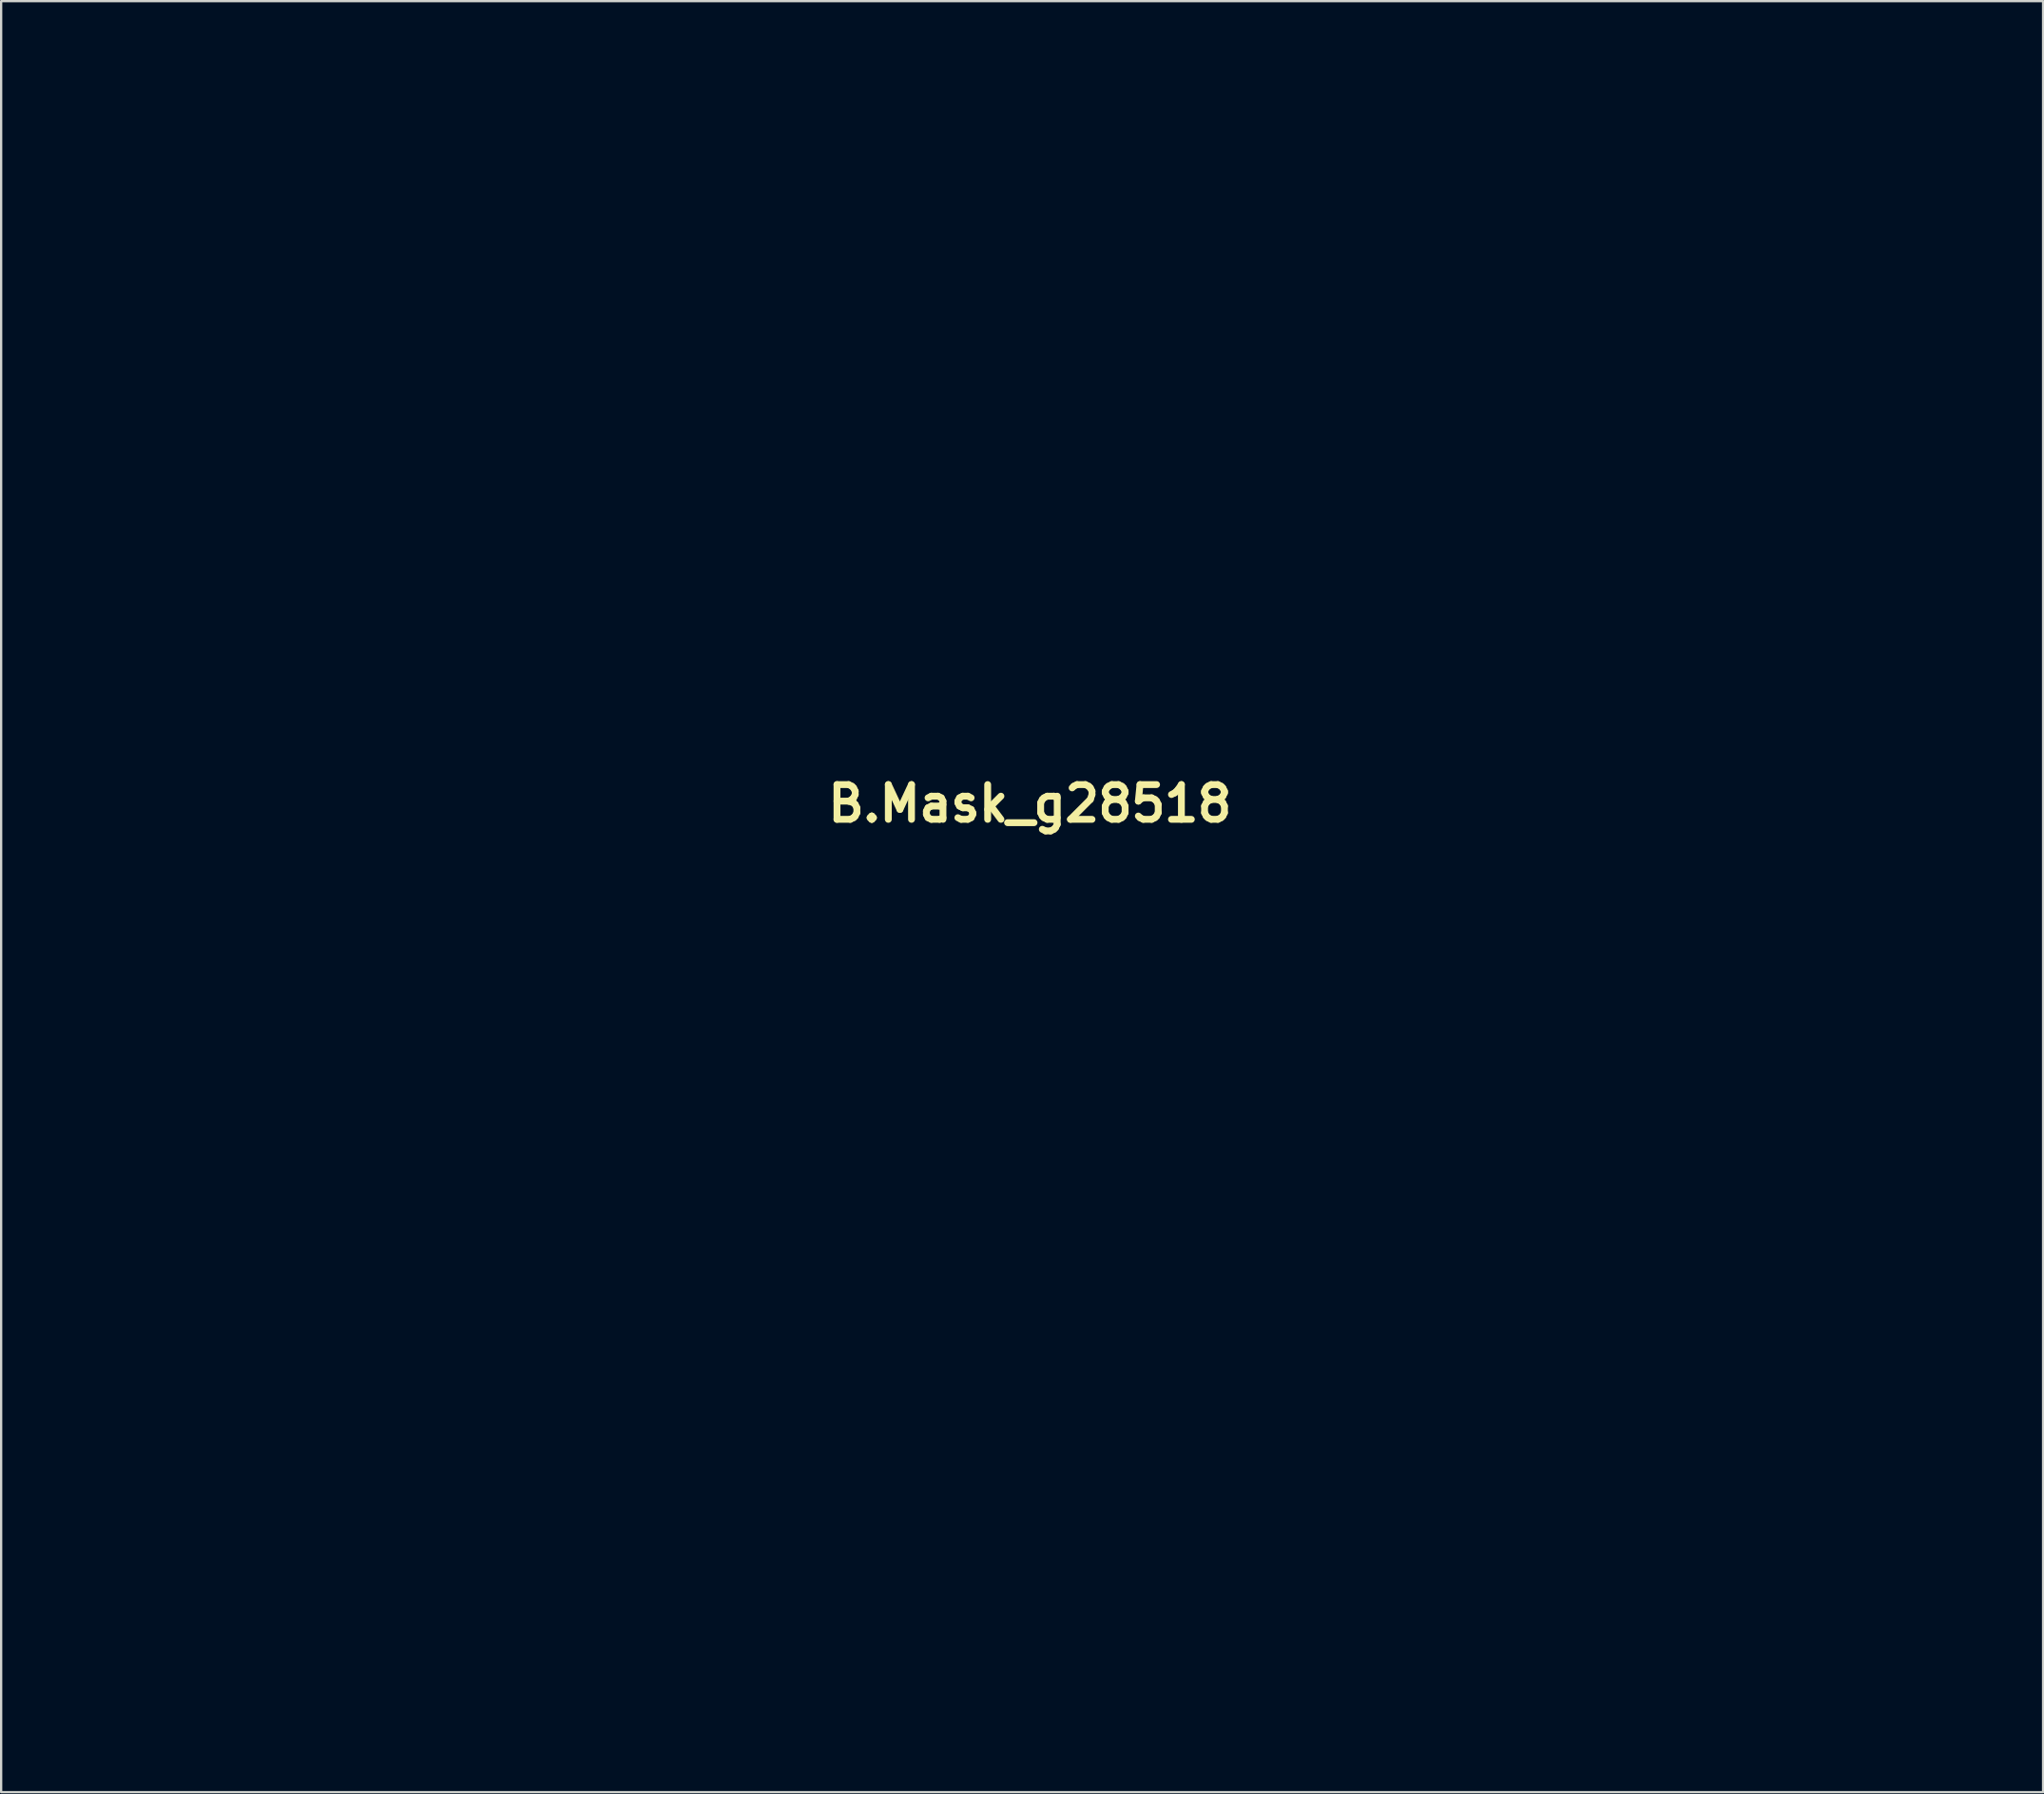
<source format=kicad_pcb>
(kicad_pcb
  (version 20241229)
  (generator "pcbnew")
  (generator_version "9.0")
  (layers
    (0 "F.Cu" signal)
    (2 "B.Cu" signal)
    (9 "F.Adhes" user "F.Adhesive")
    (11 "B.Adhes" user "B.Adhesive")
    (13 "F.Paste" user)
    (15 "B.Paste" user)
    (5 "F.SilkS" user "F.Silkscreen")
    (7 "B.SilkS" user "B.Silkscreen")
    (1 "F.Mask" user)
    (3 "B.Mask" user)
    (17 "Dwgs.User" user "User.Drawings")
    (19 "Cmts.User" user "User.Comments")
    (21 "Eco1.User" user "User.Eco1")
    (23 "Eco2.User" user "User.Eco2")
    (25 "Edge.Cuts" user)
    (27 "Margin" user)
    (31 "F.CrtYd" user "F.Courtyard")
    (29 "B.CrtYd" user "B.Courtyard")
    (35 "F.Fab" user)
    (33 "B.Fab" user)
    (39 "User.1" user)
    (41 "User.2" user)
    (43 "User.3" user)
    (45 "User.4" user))
  (footprint "B.Mask_g28518"
    (layer "F.Cu")
    (at 42.089 32.171)
    (property "Reference" "B.Mask_g28518" (at 0 0 0) (layer "F.SilkS") (effects (font (size 1.524 1.524) (thickness 0.3))))
    (attr through_hole)
    (fp_poly (pts (xy 38.334 -5.221) (xy 38.433 -5.177) (xy 38.525 -5.106) (xy 38.616 -5.003) (xy 38.714 -4.866) (xy 38.743 -4.822) (xy 38.841 -4.658) (xy 38.949 -4.456) (xy 39.065 -4.219) (xy 39.187 -3.953) (xy 39.313 -3.659) (xy 39.444 -3.342) (xy 39.576 -3.004) (xy 39.71 -2.65) (xy 39.843 -2.283) (xy 39.974 -1.907) (xy 40.102 -1.524) (xy 40.225 -1.139) (xy 40.342 -0.755) (xy 40.416 -0.505) (xy 40.484 -0.261) (xy 40.555 0.002) (xy 40.628 0.28) (xy 40.702 0.569) (xy 40.776 0.867) (xy 40.85 1.17) (xy 40.922 1.474) (xy 40.992 1.776) (xy 41.06 2.072) (xy 41.123 2.358) (xy 41.182 2.632) (xy 41.236 2.89) (xy 41.283 3.127) (xy 41.324 3.342) (xy 41.357 3.529) (xy 41.381 3.686) (xy 41.397 3.809) (xy 41.402 3.895) (xy 41.402 3.998) (xy 41.218 4.152) (xy 41.148 4.21) (xy 41.046 4.293) (xy 40.918 4.396) (xy 40.766 4.519) (xy 40.593 4.659) (xy 40.401 4.812) (xy 40.195 4.977) (xy 39.976 5.152) (xy 39.749 5.334) (xy 39.516 5.52) (xy 39.28 5.708) (xy 39.044 5.895) (xy 38.812 6.08) (xy 38.585 6.26) (xy 38.368 6.432) (xy 38.164 6.594) (xy 37.974 6.743) (xy 37.803 6.878) (xy 37.772 6.902) (xy 37.337 7.243) (xy 36.93 7.561) (xy 36.55 7.856) (xy 36.2 8.127) (xy 35.878 8.375) (xy 35.585 8.598) (xy 35.322 8.797) (xy 35.09 8.971) (xy 34.888 9.12) (xy 34.717 9.243) (xy 34.578 9.341) (xy 34.471 9.412) (xy 34.423 9.442) (xy 34.117 9.61) (xy 33.785 9.77) (xy 33.44 9.917) (xy 33.092 10.046) (xy 32.754 10.153) (xy 32.526 10.212) (xy 32.331 10.253) (xy 32.123 10.288) (xy 31.914 10.314) (xy 31.712 10.332) (xy 31.529 10.341) (xy 31.374 10.339) (xy 31.348 10.337) (xy 31.109 10.307) (xy 30.901 10.258) (xy 30.717 10.187) (xy 30.56 10.098) (xy 30.37 9.95) (xy 30.195 9.765) (xy 30.034 9.544) (xy 29.888 9.292) (xy 29.759 9.01) (xy 29.647 8.702) (xy 29.552 8.371) (xy 29.476 8.018) (xy 29.419 7.647) (xy 29.382 7.26) (xy 29.365 6.861) (xy 29.37 6.451) (xy 29.397 6.035) (xy 29.413 5.884) (xy 29.471 5.462) (xy 29.554 5.02) (xy 29.664 4.556) (xy 29.8 4.067) (xy 29.964 3.55) (xy 30.002 3.437) (xy 30.241 2.784) (xy 30.512 2.137) (xy 30.811 1.497) (xy 31.137 0.868) (xy 31.488 0.253) (xy 31.862 -0.344) (xy 32.257 -0.922) (xy 32.67 -1.477) (xy 33.1 -2.006) (xy 33.544 -2.506) (xy 34.001 -2.974) (xy 34.468 -3.406) (xy 34.943 -3.801) (xy 35.105 -3.926) (xy 35.537 -4.232) (xy 35.961 -4.498) (xy 36.378 -4.724) (xy 36.791 -4.909) (xy 37.199 -5.056) (xy 37.604 -5.163) (xy 37.922 -5.221) (xy 38.086 -5.239) (xy 38.221 -5.241) (xy 38.334 -5.221)) (stroke (width 0.01) (type solid)) (fill yes) (layer "B.Mask"))
    (fp_poly (pts (xy 38.549 12.157) (xy 38.712 12.165) (xy 38.862 12.176) (xy 38.987 12.191) (xy 39.053 12.203) (xy 39.284 12.268) (xy 39.479 12.355) (xy 39.638 12.462) (xy 39.76 12.592) (xy 39.848 12.743) (xy 39.9 12.918) (xy 39.917 13.115) (xy 39.915 13.185) (xy 39.898 13.339) (xy 39.862 13.529) (xy 39.809 13.751) (xy 39.738 14.003) (xy 39.652 14.285) (xy 39.551 14.592) (xy 39.436 14.923) (xy 39.308 15.275) (xy 39.168 15.647) (xy 39.017 16.036) (xy 38.856 16.44) (xy 38.686 16.856) (xy 38.508 17.282) (xy 38.323 17.717) (xy 38.132 18.157) (xy 37.935 18.6) (xy 37.734 19.044) (xy 37.53 19.488) (xy 37.324 19.928) (xy 37.117 20.362) (xy 36.909 20.788) (xy 36.702 21.205) (xy 36.496 21.608) (xy 36.293 21.997) (xy 36.094 22.369) (xy 35.899 22.721) (xy 35.71 23.052) (xy 35.655 23.146) (xy 35.498 23.409) (xy 35.323 23.698) (xy 35.131 24.01) (xy 34.926 24.339) (xy 34.711 24.683) (xy 34.487 25.037) (xy 34.258 25.396) (xy 34.026 25.758) (xy 33.793 26.117) (xy 33.563 26.471) (xy 33.338 26.814) (xy 33.12 27.143) (xy 32.912 27.454) (xy 32.717 27.743) (xy 32.538 28.005) (xy 32.376 28.237) (xy 32.305 28.337) (xy 32.203 28.478) (xy 32.101 28.617) (xy 32 28.751) (xy 31.905 28.876) (xy 31.818 28.987) (xy 31.743 29.08) (xy 31.684 29.151) (xy 31.642 29.196) (xy 31.623 29.21) (xy 31.605 29.193) (xy 31.571 29.15) (xy 31.529 29.087) (xy 31.523 29.078) (xy 31.493 29.032) (xy 31.444 28.955) (xy 31.377 28.851) (xy 31.296 28.726) (xy 31.203 28.582) (xy 31.102 28.425) (xy 30.994 28.259) (xy 30.931 28.162) (xy 30.764 27.904) (xy 30.618 27.676) (xy 30.491 27.476) (xy 30.381 27.298) (xy 30.284 27.141) (xy 30.199 26.998) (xy 30.124 26.866) (xy 30.055 26.742) (xy 29.991 26.621) (xy 29.929 26.499) (xy 29.928 26.497) (xy 29.768 26.16) (xy 29.637 25.845) (xy 29.533 25.542) (xy 29.454 25.245) (xy 29.399 24.946) (xy 29.365 24.637) (xy 29.35 24.309) (xy 29.35 24.204) (xy 29.359 23.845) (xy 29.387 23.474) (xy 29.435 23.083) (xy 29.503 22.669) (xy 29.593 22.225) (xy 29.604 22.176) (xy 29.747 21.598) (xy 29.921 21.012) (xy 30.124 20.422) (xy 30.354 19.831) (xy 30.61 19.243) (xy 30.888 18.661) (xy 31.187 18.087) (xy 31.506 17.527) (xy 31.841 16.982) (xy 32.192 16.457) (xy 32.556 15.955) (xy 32.931 15.48) (xy 33.315 15.034) (xy 33.706 14.621) (xy 34.102 14.245) (xy 34.379 14.006) (xy 34.571 13.857) (xy 34.793 13.697) (xy 35.038 13.53) (xy 35.301 13.361) (xy 35.576 13.192) (xy 35.856 13.028) (xy 36.136 12.871) (xy 36.408 12.725) (xy 36.668 12.595) (xy 36.908 12.483) (xy 37.123 12.393) (xy 37.172 12.374) (xy 37.418 12.292) (xy 37.666 12.226) (xy 37.901 12.179) (xy 37.966 12.169) (xy 38.08 12.159) (xy 38.222 12.154) (xy 38.382 12.153) (xy 38.549 12.157)) (stroke (width 0.01) (type solid)) (fill yes) (layer "B.Mask"))
    (fp_poly (pts (xy -23.263 -32.139) (xy -23.25 -32.122) (xy -23.235 -32.092) (xy -23.226 -32.056) (xy -23.222 -32.003) (xy -23.223 -31.926) (xy -23.229 -31.818) (xy -23.243 -31.597) (xy -23.263 -31.339) (xy -23.288 -31.048) (xy -23.317 -30.73) (xy -23.35 -30.39) (xy -23.386 -30.032) (xy -23.424 -29.662) (xy -23.465 -29.283) (xy -23.507 -28.902) (xy -23.55 -28.522) (xy -23.594 -28.149) (xy -23.638 -27.788) (xy -23.681 -27.443) (xy -23.724 -27.119) (xy -23.764 -26.822) (xy -23.783 -26.691) (xy -23.876 -26.115) (xy -23.987 -25.56) (xy -24.116 -25.021) (xy -24.266 -24.494) (xy -24.438 -23.976) (xy -24.633 -23.462) (xy -24.854 -22.948) (xy -25.102 -22.43) (xy -25.379 -21.904) (xy -25.686 -21.366) (xy -26.025 -20.812) (xy -26.345 -20.317) (xy -26.562 -19.996) (xy -26.78 -19.691) (xy -26.996 -19.404) (xy -27.209 -19.136) (xy -27.415 -18.891) (xy -27.614 -18.671) (xy -27.804 -18.477) (xy -27.982 -18.312) (xy -28.146 -18.178) (xy -28.295 -18.077) (xy -28.427 -18.011) (xy -28.43 -18.01) (xy -28.506 -17.986) (xy -28.578 -17.977) (xy -28.669 -17.981) (xy -28.683 -17.983) (xy -28.764 -17.989) (xy -28.82 -17.986) (xy -28.867 -17.971) (xy -28.921 -17.942) (xy -28.981 -17.9) (xy -29.05 -17.836) (xy -29.133 -17.748) (xy -29.233 -17.631) (xy -29.351 -17.483) (xy -29.368 -17.462) (xy -29.423 -17.392) (xy -29.469 -17.333) (xy -29.499 -17.296) (xy -29.507 -17.287) (xy -29.529 -17.29) (xy -29.584 -17.309) (xy -29.665 -17.343) (xy -29.766 -17.387) (xy -29.881 -17.44) (xy -29.904 -17.45) (xy -30.027 -17.508) (xy -30.145 -17.561) (xy -30.247 -17.605) (xy -30.327 -17.638) (xy -30.378 -17.656) (xy -30.38 -17.656) (xy -30.443 -17.67) (xy -30.488 -17.666) (xy -30.536 -17.643) (xy -30.551 -17.634) (xy -30.645 -17.561) (xy -30.751 -17.45) (xy -30.868 -17.305) (xy -30.993 -17.128) (xy -31.125 -16.921) (xy -31.261 -16.688) (xy -31.295 -16.626) (xy -31.411 -16.421) (xy -31.514 -16.252) (xy -31.609 -16.114) (xy -31.699 -16.004) (xy -31.789 -15.919) (xy -31.883 -15.856) (xy -31.984 -15.809) (xy -32.098 -15.777) (xy -32.227 -15.755) (xy -32.286 -15.748) (xy -32.434 -15.737) (xy -32.609 -15.732) (xy -32.797 -15.731) (xy -32.982 -15.736) (xy -33.15 -15.747) (xy -33.189 -15.75) (xy -33.385 -15.781) (xy -33.552 -15.834) (xy -33.697 -15.915) (xy -33.831 -16.028) (xy -33.936 -16.145) (xy -34.14 -16.426) (xy -34.316 -16.738) (xy -34.467 -17.081) (xy -34.591 -17.455) (xy -34.689 -17.861) (xy -34.761 -18.3) (xy -34.796 -18.627) (xy -34.803 -18.715) (xy -34.81 -18.838) (xy -34.819 -18.984) (xy -34.828 -19.147) (xy -34.836 -19.317) (xy -34.843 -19.454) (xy -34.869 -20.039) (xy -34.502 -20.597) (xy -34.31 -20.889) (xy -34.135 -21.151) (xy -33.973 -21.391) (xy -33.818 -21.616) (xy -33.665 -21.833) (xy -33.511 -22.049) (xy -33.349 -22.27) (xy -33.176 -22.504) (xy -33.076 -22.638) (xy -32.645 -23.202) (xy -32.193 -23.774) (xy -31.725 -24.35) (xy -31.244 -24.925) (xy -30.752 -25.497) (xy -30.255 -26.061) (xy -29.754 -26.613) (xy -29.253 -27.149) (xy -28.757 -27.666) (xy -28.268 -28.16) (xy -27.79 -28.627) (xy -27.327 -29.063) (xy -27.03 -29.333) (xy -26.796 -29.54) (xy -26.551 -29.751) (xy -26.3 -29.965) (xy -26.043 -30.179) (xy -25.784 -30.392) (xy -25.525 -30.602) (xy -25.269 -30.807) (xy -25.018 -31.004) (xy -24.774 -31.192) (xy -24.54 -31.37) (xy -24.319 -31.534) (xy -24.113 -31.684) (xy -23.925 -31.817) (xy -23.756 -31.932) (xy -23.61 -32.026) (xy -23.489 -32.097) (xy -23.396 -32.145) (xy -23.343 -32.163) (xy -23.297 -32.166) (xy -23.263 -32.139)) (stroke (width 0.01) (type solid)) (fill yes) (layer "B.Mask"))
    (fp_poly (pts (xy 24.468 25.692) (xy 24.687 25.715) (xy 24.86 25.749) (xy 25.032 25.804) (xy 25.189 25.879) (xy 25.333 25.977) (xy 25.469 26.101) (xy 25.6 26.255) (xy 25.728 26.442) (xy 25.856 26.665) (xy 25.962 26.871) (xy 26.029 27.011) (xy 26.088 27.141) (xy 26.138 27.265) (xy 26.181 27.386) (xy 26.218 27.51) (xy 26.248 27.64) (xy 26.272 27.779) (xy 26.291 27.933) (xy 26.305 28.104) (xy 26.316 28.297) (xy 26.323 28.516) (xy 26.328 28.766) (xy 26.33 29.049) (xy 26.331 29.37) (xy 26.331 29.401) (xy 26.33 29.754) (xy 26.327 30.069) (xy 26.321 30.352) (xy 26.312 30.606) (xy 26.299 30.837) (xy 26.282 31.049) (xy 26.259 31.247) (xy 26.23 31.436) (xy 26.195 31.62) (xy 26.152 31.804) (xy 26.102 31.993) (xy 26.043 32.192) (xy 25.976 32.404) (xy 25.901 32.628) (xy 25.699 33.196) (xy 25.483 33.747) (xy 25.255 34.277) (xy 25.018 34.78) (xy 24.773 35.253) (xy 24.523 35.691) (xy 24.373 35.933) (xy 24.265 36.094) (xy 24.141 36.267) (xy 24.009 36.442) (xy 23.876 36.61) (xy 23.751 36.76) (xy 23.653 36.868) (xy 23.455 37.062) (xy 23.218 37.265) (xy 22.944 37.474) (xy 22.635 37.689) (xy 22.295 37.908) (xy 21.924 38.129) (xy 21.657 38.279) (xy 21.513 38.356) (xy 21.337 38.447) (xy 21.139 38.546) (xy 20.925 38.652) (xy 20.704 38.759) (xy 20.484 38.864) (xy 20.272 38.963) (xy 20.077 39.052) (xy 19.906 39.128) (xy 19.844 39.155) (xy 19.378 39.346) (xy 18.92 39.522) (xy 18.472 39.682) (xy 18.038 39.825) (xy 17.623 39.95) (xy 17.23 40.055) (xy 16.863 40.139) (xy 16.527 40.202) (xy 16.429 40.216) (xy 16.371 40.223) (xy 16.281 40.232) (xy 16.166 40.243) (xy 16.032 40.255) (xy 15.888 40.267) (xy 15.739 40.279) (xy 15.593 40.291) (xy 15.456 40.302) (xy 15.335 40.31) (xy 15.238 40.317) (xy 15.171 40.321) (xy 15.145 40.321) (xy 15.111 40.309) (xy 15.051 40.278) (xy 14.974 40.232) (xy 14.901 40.186) (xy 14.834 40.141) (xy 14.737 40.077) (xy 14.617 39.997) (xy 14.479 39.907) (xy 14.331 39.809) (xy 14.178 39.709) (xy 14.097 39.656) (xy 13.86 39.5) (xy 13.657 39.365) (xy 13.486 39.249) (xy 13.345 39.152) (xy 13.231 39.07) (xy 13.142 39.004) (xy 13.077 38.951) (xy 13.034 38.91) (xy 13.009 38.88) (xy 13.003 38.865) (xy 13.002 38.845) (xy 13.008 38.816) (xy 13.023 38.774) (xy 13.046 38.717) (xy 13.081 38.643) (xy 13.127 38.549) (xy 13.186 38.433) (xy 13.26 38.293) (xy 13.348 38.126) (xy 13.454 37.93) (xy 13.578 37.703) (xy 13.72 37.441) (xy 13.754 37.38) (xy 13.969 36.988) (xy 14.189 36.587) (xy 14.412 36.181) (xy 14.639 35.772) (xy 14.867 35.362) (xy 15.094 34.952) (xy 15.321 34.545) (xy 15.546 34.143) (xy 15.767 33.749) (xy 15.984 33.363) (xy 16.195 32.99) (xy 16.399 32.629) (xy 16.595 32.285) (xy 16.781 31.958) (xy 16.957 31.651) (xy 17.121 31.366) (xy 17.272 31.105) (xy 17.408 30.87) (xy 17.53 30.664) (xy 17.634 30.489) (xy 17.721 30.346) (xy 17.789 30.237) (xy 17.797 30.226) (xy 18.08 29.813) (xy 18.4 29.391) (xy 18.753 28.965) (xy 19.136 28.538) (xy 19.544 28.114) (xy 19.656 28.003) (xy 20.042 27.637) (xy 20.424 27.3) (xy 20.8 26.993) (xy 21.168 26.718) (xy 21.527 26.475) (xy 21.875 26.266) (xy 22.21 26.092) (xy 22.531 25.953) (xy 22.836 25.852) (xy 22.902 25.834) (xy 23.154 25.778) (xy 23.42 25.735) (xy 23.693 25.705) (xy 23.963 25.687) (xy 24.224 25.683) (xy 24.468 25.692)) (stroke (width 0.01) (type solid)) (fill yes) (layer "B.Mask"))
    (fp_poly (pts (xy -34.153 -12.102) (xy -34.071 -12.101) (xy -34.024 -12.098) (xy -34.015 -12.096) (xy -34.025 -12.068) (xy -34.054 -12.006) (xy -34.1 -11.913) (xy -34.161 -11.794) (xy -34.236 -11.65) (xy -34.322 -11.486) (xy -34.419 -11.304) (xy -34.524 -11.109) (xy -34.636 -10.902) (xy -34.753 -10.688) (xy -34.873 -10.47) (xy -34.994 -10.251) (xy -35.057 -10.139) (xy -35.178 -9.922) (xy -35.305 -9.694) (xy -35.434 -9.461) (xy -35.562 -9.232) (xy -35.685 -9.012) (xy -35.798 -8.808) (xy -35.899 -8.628) (xy -35.977 -8.488) (xy -36.189 -8.107) (xy -36.38 -7.758) (xy -36.555 -7.436) (xy -36.714 -7.138) (xy -36.861 -6.86) (xy -36.996 -6.596) (xy -37.033 -6.525) (xy -37.14 -6.307) (xy -37.226 -6.121) (xy -37.29 -5.965) (xy -37.333 -5.835) (xy -37.357 -5.729) (xy -37.362 -5.643) (xy -37.349 -5.575) (xy -37.33 -5.537) (xy -37.304 -5.506) (xy -37.251 -5.453) (xy -37.179 -5.383) (xy -37.093 -5.304) (xy -37.028 -5.246) (xy -36.888 -5.117) (xy -36.782 -5.009) (xy -36.707 -4.918) (xy -36.66 -4.842) (xy -36.641 -4.778) (xy -36.639 -4.76) (xy -36.654 -4.706) (xy -36.695 -4.635) (xy -36.722 -4.599) (xy -36.795 -4.5) (xy -36.841 -4.418) (xy -36.865 -4.342) (xy -36.872 -4.262) (xy -36.872 -4.26) (xy -36.859 -4.156) (xy -36.817 -4.05) (xy -36.746 -3.941) (xy -36.642 -3.827) (xy -36.504 -3.704) (xy -36.33 -3.571) (xy -36.145 -3.442) (xy -36.006 -3.347) (xy -35.876 -3.251) (xy -35.759 -3.158) (xy -35.661 -3.073) (xy -35.587 -3.001) (xy -35.54 -2.944) (xy -35.528 -2.921) (xy -35.527 -2.894) (xy -35.537 -2.851) (xy -35.558 -2.791) (xy -35.592 -2.71) (xy -35.639 -2.608) (xy -35.699 -2.482) (xy -35.775 -2.332) (xy -35.867 -2.155) (xy -35.975 -1.949) (xy -36.101 -1.713) (xy -36.245 -1.446) (xy -36.409 -1.145) (xy -36.569 -0.851) (xy -36.662 -0.682) (xy -36.748 -0.523) (xy -36.827 -0.378) (xy -36.894 -0.252) (xy -36.95 -0.148) (xy -36.991 -0.071) (xy -37.014 -0.025) (xy -37.019 -0.014) (xy -37.034 0.017) (xy -37.066 0.081) (xy -37.112 0.169) (xy -37.169 0.278) (xy -37.234 0.4) (xy -37.275 0.477) (xy -37.385 0.684) (xy -37.496 0.899) (xy -37.606 1.114) (xy -37.708 1.32) (xy -37.8 1.508) (xy -37.876 1.67) (xy -37.892 1.705) (xy -37.972 1.84) (xy -38.089 1.98) (xy -38.24 2.124) (xy -38.422 2.27) (xy -38.631 2.416) (xy -38.863 2.559) (xy -39.114 2.698) (xy -39.38 2.83) (xy -39.659 2.954) (xy -39.946 3.067) (xy -40.237 3.168) (xy -40.529 3.254) (xy -40.818 3.323) (xy -40.82 3.324) (xy -41.006 3.359) (xy -41.19 3.388) (xy -41.365 3.408) (xy -41.522 3.421) (xy -41.656 3.424) (xy -41.758 3.417) (xy -41.777 3.414) (xy -41.851 3.382) (xy -41.914 3.315) (xy -41.966 3.211) (xy -42.007 3.07) (xy -42.038 2.9) (xy -42.05 2.788) (xy -42.06 2.64) (xy -42.068 2.46) (xy -42.075 2.252) (xy -42.08 2.024) (xy -42.083 1.779) (xy -42.084 1.522) (xy -42.083 1.26) (xy -42.08 0.997) (xy -42.075 0.738) (xy -42.069 0.488) (xy -42.061 0.254) (xy -42.05 0.039) (xy -42.039 -0.148) (xy -42.03 -0.27) (xy -42.019 -0.421) (xy -42.006 -0.588) (xy -41.994 -0.756) (xy -41.984 -0.9) (xy -41.959 -1.205) (xy -41.93 -1.499) (xy -41.896 -1.791) (xy -41.855 -2.088) (xy -41.807 -2.397) (xy -41.75 -2.728) (xy -41.683 -3.087) (xy -41.643 -3.291) (xy -41.518 -3.898) (xy -41.377 -4.534) (xy -41.222 -5.191) (xy -41.056 -5.861) (xy -40.881 -6.534) (xy -40.698 -7.201) (xy -40.511 -7.855) (xy -40.322 -8.487) (xy -40.132 -9.087) (xy -40.117 -9.133) (xy -40.087 -9.224) (xy -40.048 -9.342) (xy -40 -9.485) (xy -39.944 -9.648) (xy -39.883 -9.828) (xy -39.817 -10.02) (xy -39.749 -10.221) (xy -39.678 -10.427) (xy -39.607 -10.634) (xy -39.537 -10.838) (xy -39.469 -11.034) (xy -39.405 -11.22) (xy -39.346 -11.391) (xy -39.293 -11.544) (xy -39.247 -11.673) (xy -39.211 -11.777) (xy -39.185 -11.849) (xy -39.171 -11.888) (xy -39.168 -11.893) (xy -39.143 -11.899) (xy -39.08 -11.906) (xy -38.982 -11.915) (xy -38.854 -11.926) (xy -38.7 -11.937) (xy -38.524 -11.95) (xy -38.33 -11.963) (xy -38.122 -11.976) (xy -37.904 -11.989) (xy -37.68 -12.002) (xy -37.455 -12.015) (xy -37.231 -12.027) (xy -37.014 -12.038) (xy -36.807 -12.048) (xy -36.614 -12.056) (xy -36.44 -12.063) (xy -36.428 -12.064) (xy -36.237 -12.07) (xy -36.033 -12.075) (xy -35.819 -12.081) (xy -35.601 -12.086) (xy -35.381 -12.09) (xy -35.164 -12.094) (xy -34.954 -12.097) (xy -34.756 -12.1) (xy -34.572 -12.102) (xy -34.408 -12.103) (xy -34.267 -12.103) (xy -34.153 -12.102)) (stroke (width 0.01) (type solid)) (fill yes) (layer "B.Mask")))
  (gr_rect
    (start -3 -3)
    (end 86.496 75.497)
    (stroke (width 0.1) (type default))
    (fill no)
    (layer "Edge.Cuts")))
</source>
